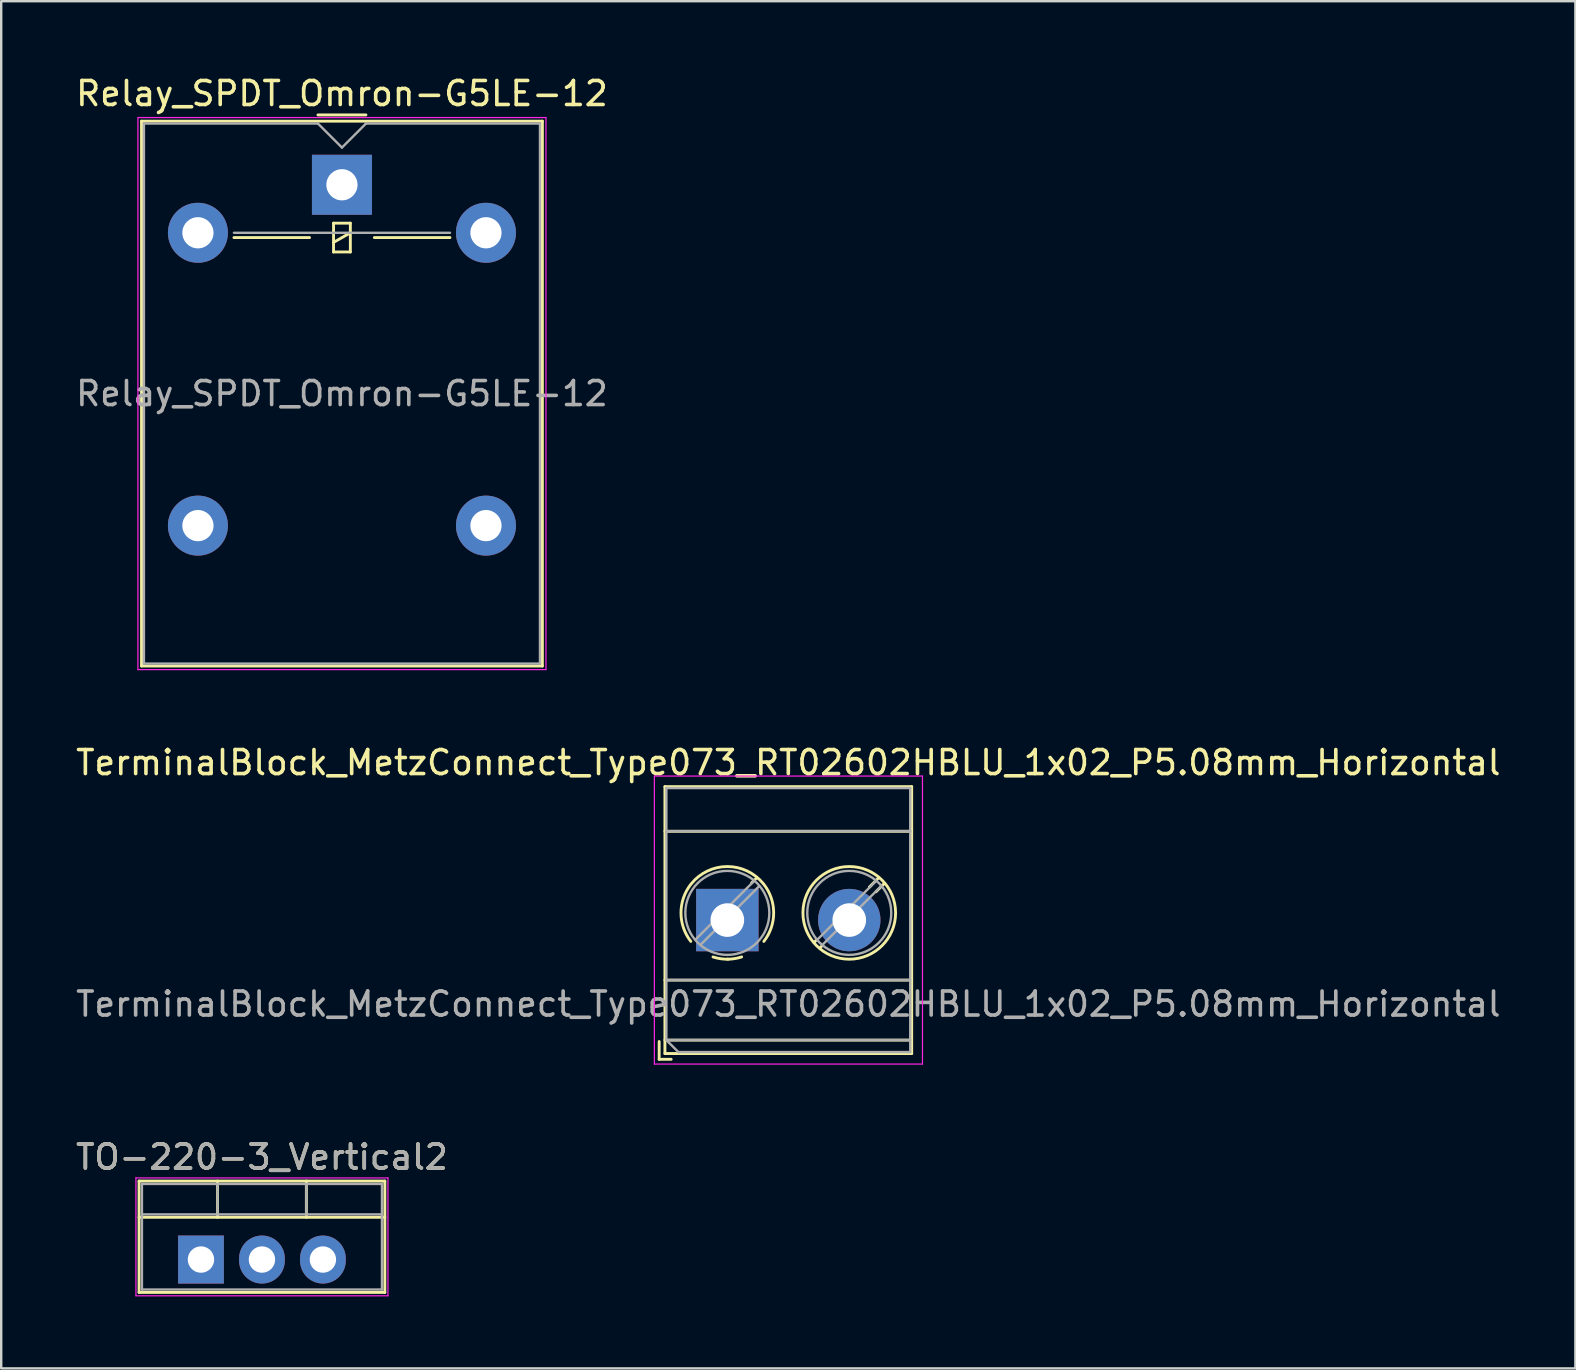
<source format=kicad_pcb>
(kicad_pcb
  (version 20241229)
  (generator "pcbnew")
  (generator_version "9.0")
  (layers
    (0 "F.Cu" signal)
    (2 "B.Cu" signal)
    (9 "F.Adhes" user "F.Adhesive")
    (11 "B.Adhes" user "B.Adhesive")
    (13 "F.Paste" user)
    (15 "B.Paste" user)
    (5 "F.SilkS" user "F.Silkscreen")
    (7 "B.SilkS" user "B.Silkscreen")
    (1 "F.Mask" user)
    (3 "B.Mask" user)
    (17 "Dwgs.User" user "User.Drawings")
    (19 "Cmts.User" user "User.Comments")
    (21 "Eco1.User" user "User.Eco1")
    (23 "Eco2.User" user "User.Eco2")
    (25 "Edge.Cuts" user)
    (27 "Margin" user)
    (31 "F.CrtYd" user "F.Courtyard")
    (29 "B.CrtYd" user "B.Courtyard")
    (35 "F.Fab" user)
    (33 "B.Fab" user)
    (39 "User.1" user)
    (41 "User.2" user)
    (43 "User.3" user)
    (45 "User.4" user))
  (footprint "TerminalBlock_MetzConnect_Type073_RT02602HBLU_1x02_P5.08mm_Horizontal"
    (layer "F.Cu")
    (at 27.252 35.282)
    (property "Reference" "TerminalBlock_MetzConnect_Type073_RT02602HBLU_1x02_P5.08mm_Horizontal" (at 2.54 -6.56 0) (layer "F.SilkS") (effects (font (size 1 1) (thickness 0.15))))
    (attr through_hole)
    (fp_line (start -2.84 5.06) (end -2.84 5.8) (stroke (width 0.12) (type solid)) (layer "F.SilkS"))
    (fp_line (start -2.84 5.8) (end -2.34 5.8) (stroke (width 0.12) (type solid)) (layer "F.SilkS"))
    (fp_line (start -2.6 -5.56) (end -2.6 5.56) (stroke (width 0.12) (type solid)) (layer "F.SilkS"))
    (fp_line (start -2.6 -5.56) (end 7.68 -5.56) (stroke (width 0.12) (type solid)) (layer "F.SilkS"))
    (fp_line (start -2.6 -3.7) (end 7.68 -3.7) (stroke (width 0.12) (type solid)) (layer "F.SilkS"))
    (fp_line (start -2.6 2.5) (end 7.68 2.5) (stroke (width 0.12) (type solid)) (layer "F.SilkS"))
    (fp_line (start -2.6 5) (end 7.68 5) (stroke (width 0.12) (type solid)) (layer "F.SilkS"))
    (fp_line (start -2.6 5.56) (end 7.68 5.56) (stroke (width 0.12) (type solid)) (layer "F.SilkS"))
    (fp_line (start 1.229 -1.764) (end 1.013 -1.549) (stroke (width 0.12) (type solid)) (layer "F.SilkS"))
    (fp_line (start 3.724 0.821) (end 3.617 0.928) (stroke (width 0.12) (type solid)) (layer "F.SilkS"))
    (fp_line (start 3.933 1.083) (end 3.852 1.164) (stroke (width 0.12) (type solid)) (layer "F.SilkS"))
    (fp_line (start 6.309 -1.764) (end 5.918 -1.374) (stroke (width 0.12) (type solid)) (layer "F.SilkS"))
    (fp_line (start 6.544 -1.529) (end 6.194 -1.179) (stroke (width 0.12) (type solid)) (layer "F.SilkS"))
    (fp_line (start 7.68 -5.56) (end 7.68 5.56) (stroke (width 0.12) (type solid)) (layer "F.SilkS"))
    (fp_arc (start -1.521645 0.888175) (mid -1.930586 -0.300524) (end -1.521 -1.489) (stroke (width 0.12) (type solid)) (layer "F.SilkS"))
    (fp_arc (start -1.500317 -1.514609) (mid -0.000252 -2.230344) (end 1.5 -1.515) (stroke (width 0.12) (type solid)) (layer "F.SilkS"))
    (fp_arc (start 0.033269 1.630336) (mid -0.285785 1.609354) (end -0.597 1.536) (stroke (width 0.12) (type solid)) (layer "F.SilkS"))
    (fp_arc (start 0.596403 1.535539) (mid 0.301919 1.606238) (end 0 1.63) (stroke (width 0.12) (type solid)) (layer "F.SilkS"))
    (fp_arc (start 1.521645 -1.488175) (mid 1.930586 -0.299476) (end 1.521 0.889) (stroke (width 0.12) (type solid)) (layer "F.SilkS"))
    (fp_arc (start 5.08 1.63) (mid 5.08 -2.23) (end 5.08 1.63) (stroke (width 0.12) (type solid)) (layer "F.SilkS"))
    (fp_line (start -3.04 -6) (end -3.04 6) (stroke (width 0.05) (type solid)) (layer "F.CrtYd"))
    (fp_line (start -3.04 6) (end 8.13 6) (stroke (width 0.05) (type solid)) (layer "F.CrtYd"))
    (fp_line (start 8.13 -6) (end -3.04 -6) (stroke (width 0.05) (type solid)) (layer "F.CrtYd"))
    (fp_line (start 8.13 6) (end 8.13 -6) (stroke (width 0.05) (type solid)) (layer "F.CrtYd"))
    (fp_line (start -2.54 -5.5) (end 7.62 -5.5) (stroke (width 0.1) (type solid)) (layer "F.Fab"))
    (fp_line (start -2.54 -3.7) (end 7.62 -3.7) (stroke (width 0.1) (type solid)) (layer "F.Fab"))
    (fp_line (start -2.54 2.5) (end 7.62 2.5) (stroke (width 0.1) (type solid)) (layer "F.Fab"))
    (fp_line (start -2.54 5) (end -2.54 -5.5) (stroke (width 0.1) (type solid)) (layer "F.Fab"))
    (fp_line (start -2.54 5) (end 7.62 5) (stroke (width 0.1) (type solid)) (layer "F.Fab"))
    (fp_line (start -2.04 5.5) (end -2.54 5) (stroke (width 0.1) (type solid)) (layer "F.Fab"))
    (fp_line (start 1.114 -1.628) (end -1.328 0.814) (stroke (width 0.1) (type solid)) (layer "F.Fab"))
    (fp_line (start 1.328 -1.414) (end -1.114 1.027) (stroke (width 0.1) (type solid)) (layer "F.Fab"))
    (fp_line (start 6.194 -1.628) (end 3.753 0.814) (stroke (width 0.1) (type solid)) (layer "F.Fab"))
    (fp_line (start 6.408 -1.414) (end 3.967 1.027) (stroke (width 0.1) (type solid)) (layer "F.Fab"))
    (fp_line (start 7.62 -5.5) (end 7.62 5.5) (stroke (width 0.1) (type solid)) (layer "F.Fab"))
    (fp_line (start 7.62 5.5) (end -2.04 5.5) (stroke (width 0.1) (type solid)) (layer "F.Fab"))
    (fp_circle (center 0 -0.3) (end 1.75 -0.3) (stroke (width 0.1) (type solid)) (fill no) (layer "F.Fab"))
    (fp_circle (center 5.08 -0.3) (end 6.83 -0.3) (stroke (width 0.1) (type solid)) (fill no) (layer "F.Fab"))
    (fp_text user "${REFERENCE}" (at 2.54 3.5 0) (layer "F.Fab") (effects (font (size 1 1) (thickness 0.15))))
    (pad "1" thru_hole rect (at 0 0) (size 2.6 2.6) (drill 1.4) (layers "*.Cu" "*.Mask"))
    (pad "2" thru_hole circle (at 5.08 0) (size 2.6 2.6) (drill 1.4) (layers "*.Cu" "*.Mask")))
  (footprint "TO-220-3_Vertical2"
    (layer "F.Cu")
    (at 5.323 49.425)
    (property "Reference" "TO-220-3_Vertical2" (at 2.54 -4.27 0) (layer "F.SilkS") (effects (font (size 1 1) (thickness 0.15))))
    (attr through_hole)
    (fp_line (start -2.58 -3.27) (end -2.58 1.371) (stroke (width 0.12) (type solid)) (layer "F.SilkS"))
    (fp_line (start -2.58 -3.27) (end 7.66 -3.27) (stroke (width 0.12) (type solid)) (layer "F.SilkS"))
    (fp_line (start -2.58 -1.76) (end 7.66 -1.76) (stroke (width 0.12) (type solid)) (layer "F.SilkS"))
    (fp_line (start -2.58 1.371) (end 7.66 1.371) (stroke (width 0.12) (type solid)) (layer "F.SilkS"))
    (fp_line (start 0.69 -3.27) (end 0.69 -1.76) (stroke (width 0.12) (type solid)) (layer "F.SilkS"))
    (fp_line (start 4.391 -3.27) (end 4.391 -1.76) (stroke (width 0.12) (type solid)) (layer "F.SilkS"))
    (fp_line (start 7.66 -3.27) (end 7.66 1.371) (stroke (width 0.12) (type solid)) (layer "F.SilkS"))
    (fp_line (start -2.71 -3.4) (end -2.71 1.51) (stroke (width 0.05) (type solid)) (layer "F.CrtYd"))
    (fp_line (start -2.71 1.51) (end 7.79 1.51) (stroke (width 0.05) (type solid)) (layer "F.CrtYd"))
    (fp_line (start 7.79 -3.4) (end -2.71 -3.4) (stroke (width 0.05) (type solid)) (layer "F.CrtYd"))
    (fp_line (start 7.79 1.51) (end 7.79 -3.4) (stroke (width 0.05) (type solid)) (layer "F.CrtYd"))
    (fp_line (start -2.46 -3.15) (end -2.46 1.25) (stroke (width 0.1) (type solid)) (layer "F.Fab"))
    (fp_line (start -2.46 -1.88) (end 7.54 -1.88) (stroke (width 0.1) (type solid)) (layer "F.Fab"))
    (fp_line (start -2.46 1.25) (end 7.54 1.25) (stroke (width 0.1) (type solid)) (layer "F.Fab"))
    (fp_line (start 0.69 -3.15) (end 0.69 -1.88) (stroke (width 0.1) (type solid)) (layer "F.Fab"))
    (fp_line (start 4.39 -3.15) (end 4.39 -1.88) (stroke (width 0.1) (type solid)) (layer "F.Fab"))
    (fp_line (start 7.54 -3.15) (end -2.46 -3.15) (stroke (width 0.1) (type solid)) (layer "F.Fab"))
    (fp_line (start 7.54 1.25) (end 7.54 -3.15) (stroke (width 0.1) (type solid)) (layer "F.Fab"))
    (fp_text user "${REFERENCE}" (at 2.54 -4.27 0) (layer "F.Fab") (effects (font (size 1 1) (thickness 0.15))))
    (pad "1" thru_hole rect (at 0 0) (size 1.905 2) (drill 1.1) (layers "*.Cu" "*.Mask"))
    (pad "2" thru_hole oval (at 2.54 0) (size 1.905 2) (drill 1.1) (layers "*.Cu" "*.Mask"))
    (pad "3" thru_hole oval (at 5.08 0) (size 1.905 2) (drill 1.1) (layers "*.Cu" "*.Mask")))
  (footprint "Relay_SPDT_Omron-G5LE-12"
    (layer "F.Cu")
    (at 11.196 4.648)
    (property "Reference" "Relay_SPDT_Omron-G5LE-12" (at 0 -3.8 0) (layer "F.SilkS") (effects (font (size 1 1) (thickness 0.15))))
    (attr through_hole)
    (fp_line (start -8.35 -2.65) (end -8.35 20.05) (stroke (width 0.12) (type solid)) (layer "F.SilkS"))
    (fp_line (start -8.35 20.05) (end 8.35 20.05) (stroke (width 0.12) (type solid)) (layer "F.SilkS"))
    (fp_line (start -4.5 2.2) (end -1.35 2.2) (stroke (width 0.12) (type solid)) (layer "F.SilkS"))
    (fp_line (start -1 -2.91) (end 1 -2.91) (stroke (width 0.12) (type solid)) (layer "F.SilkS"))
    (fp_line (start -0.35 1.6) (end -0.35 2.8) (stroke (width 0.12) (type solid)) (layer "F.SilkS"))
    (fp_line (start -0.35 2.4) (end 0.35 2) (stroke (width 0.12) (type solid)) (layer "F.SilkS"))
    (fp_line (start -0.35 2.8) (end 0.35 2.8) (stroke (width 0.12) (type solid)) (layer "F.SilkS"))
    (fp_line (start 0.35 1.6) (end -0.35 1.6) (stroke (width 0.12) (type solid)) (layer "F.SilkS"))
    (fp_line (start 0.35 2.8) (end 0.35 1.6) (stroke (width 0.12) (type solid)) (layer "F.SilkS"))
    (fp_line (start 1.35 2.2) (end 4.5 2.2) (stroke (width 0.12) (type solid)) (layer "F.SilkS"))
    (fp_line (start 8.35 -2.65) (end -8.35 -2.65) (stroke (width 0.12) (type solid)) (layer "F.SilkS"))
    (fp_line (start 8.35 20.05) (end 8.35 -2.65) (stroke (width 0.12) (type solid)) (layer "F.SilkS"))
    (fp_line (start -8.5 -2.8) (end -8.5 20.2) (stroke (width 0.05) (type solid)) (layer "F.CrtYd"))
    (fp_line (start -8.5 20.2) (end 8.5 20.2) (stroke (width 0.05) (type solid)) (layer "F.CrtYd"))
    (fp_line (start 8.5 -2.8) (end -8.5 -2.8) (stroke (width 0.05) (type solid)) (layer "F.CrtYd"))
    (fp_line (start 8.5 20.2) (end 8.5 -2.8) (stroke (width 0.05) (type solid)) (layer "F.CrtYd"))
    (fp_line (start -8.25 -2.55) (end -1 -2.55) (stroke (width 0.1) (type solid)) (layer "F.Fab"))
    (fp_line (start -8.25 19.95) (end -8.25 -2.55) (stroke (width 0.1) (type solid)) (layer "F.Fab"))
    (fp_line (start -4.5 2) (end 4.5 2) (stroke (width 0.1) (type solid)) (layer "F.Fab"))
    (fp_line (start -1 -2.55) (end 0 -1.55) (stroke (width 0.1) (type solid)) (layer "F.Fab"))
    (fp_line (start 0 -1.55) (end 1 -2.55) (stroke (width 0.1) (type solid)) (layer "F.Fab"))
    (fp_line (start 1 -2.55) (end 8.25 -2.55) (stroke (width 0.1) (type solid)) (layer "F.Fab"))
    (fp_line (start 8.25 -2.55) (end 8.25 19.95) (stroke (width 0.1) (type solid)) (layer "F.Fab"))
    (fp_line (start 8.25 19.95) (end -8.25 19.95) (stroke (width 0.1) (type solid)) (layer "F.Fab"))
    (fp_text user "${REFERENCE}" (at 0 8.7 0) (layer "F.Fab") (effects (font (size 1 1) (thickness 0.15))))
    (pad "1" thru_hole rect (at 0 0) (size 2.5 2.5) (drill 1.3) (layers "*.Cu" "*.Mask"))
    (pad "2" thru_hole oval (at -6 2) (size 2.5 2.5) (drill 1.3) (layers "*.Cu" "*.Mask"))
    (pad "3" thru_hole oval (at -6 14.2) (size 2.5 2.5) (drill 1.3) (layers "*.Cu" "*.Mask"))
    (pad "4" thru_hole oval (at 6 14.2) (size 2.5 2.5) (drill 1.3) (layers "*.Cu" "*.Mask"))
    (pad "5" thru_hole oval (at 6 2) (size 2.5 2.5) (drill 1.3) (layers "*.Cu" "*.Mask")))
  (gr_rect
    (start -3 -3)
    (end 62.583 53.96)
    (stroke (width 0.1) (type default))
    (fill no)
    (layer "Edge.Cuts")))
</source>
